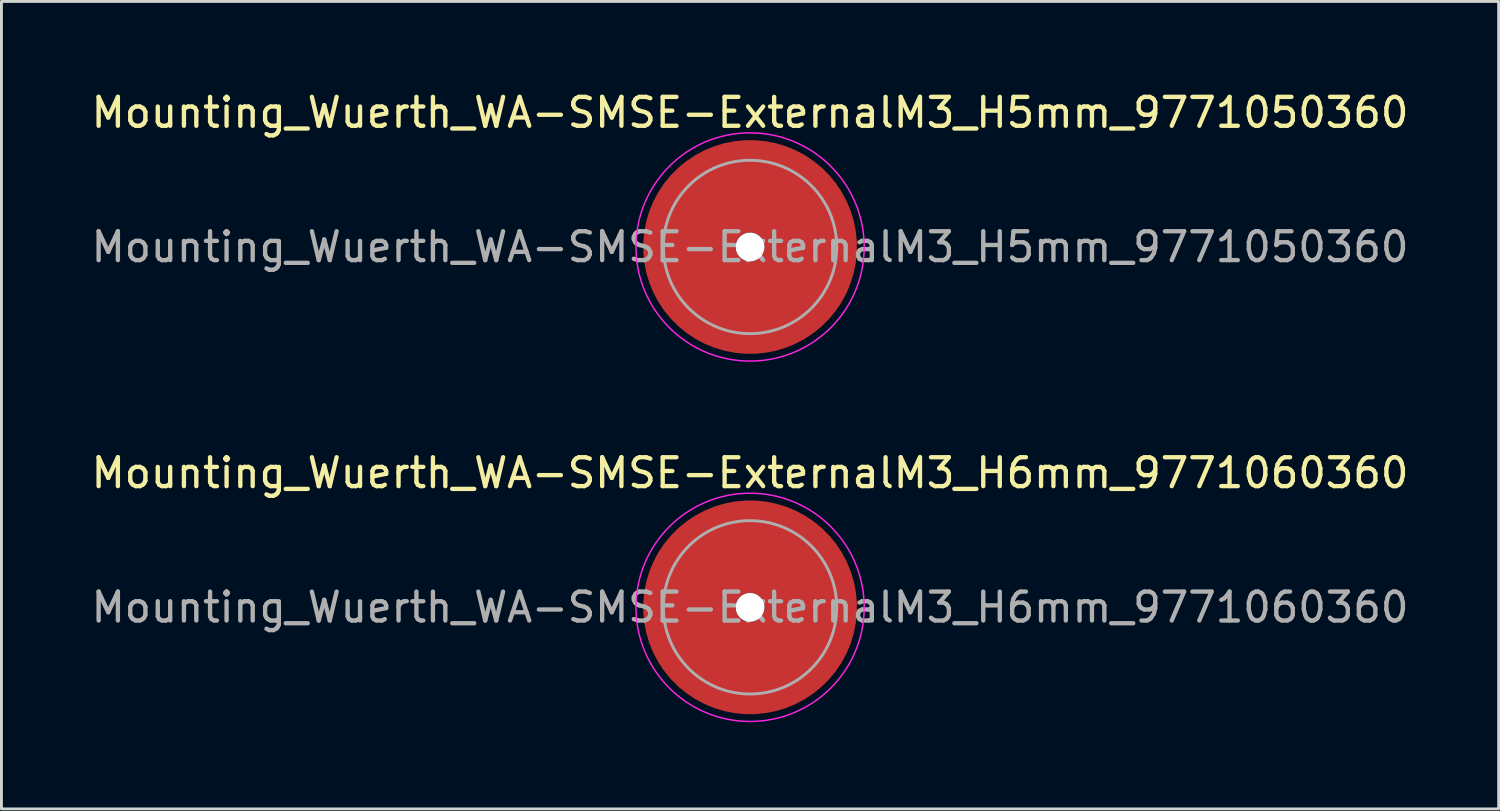
<source format=kicad_pcb>
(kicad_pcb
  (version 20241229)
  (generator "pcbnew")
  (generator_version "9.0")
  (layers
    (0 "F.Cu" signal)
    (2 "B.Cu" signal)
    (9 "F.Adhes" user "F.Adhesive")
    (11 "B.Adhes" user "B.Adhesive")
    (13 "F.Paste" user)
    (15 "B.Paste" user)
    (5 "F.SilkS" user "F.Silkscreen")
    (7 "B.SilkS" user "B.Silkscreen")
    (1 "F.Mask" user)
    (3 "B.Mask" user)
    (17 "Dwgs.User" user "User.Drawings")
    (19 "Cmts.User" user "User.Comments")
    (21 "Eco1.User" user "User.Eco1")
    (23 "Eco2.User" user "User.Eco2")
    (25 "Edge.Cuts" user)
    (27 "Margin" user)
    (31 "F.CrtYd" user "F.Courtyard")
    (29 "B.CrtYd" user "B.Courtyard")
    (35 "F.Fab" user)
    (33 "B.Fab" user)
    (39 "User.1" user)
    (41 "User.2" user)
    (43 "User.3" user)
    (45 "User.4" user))
  (footprint "Mounting_Wuerth_WA-SMSE-ExternalM3_H6mm_9771060360"
    (layer "F.Cu")
    (at 22.911 17.971)
    (property "Reference" "Mounting_Wuerth_WA-SMSE-ExternalM3_H6mm_9771060360" (at 0 -4.65 0) (layer "F.SilkS") (effects (font (size 1 1) (thickness 0.15))))
    (attr smd)
    (fp_circle (center 0 0) (end 3.95 0) (stroke (width 0.05) (type solid)) (fill no) (layer "F.CrtYd"))
    (fp_circle (center 0 0) (end 3 0) (stroke (width 0.1) (type solid)) (fill no) (layer "F.Fab"))
    (fp_text user "${REFERENCE}" (at 0 0 0) (layer "F.Fab") (effects (font (size 1 1) (thickness 0.15))))
    (pad "" smd custom (at 0 -2.1) (size 2.6 2.6) (layers "F.Paste") (options (anchor circle)) (primitives (gr_arc (start -0.305123 1.47) (mid -0.000513 1.4) (end 0.3042 1.469554) (width 0.2)) (gr_arc (start -0.493052 1.47) (mid -0.000664 1.3) (end 0.492006 1.469183) (width 0.2)) (gr_arc (start -0.642729 1.47) (mid -0.000361 1.2) (end 0.642223 1.469484) (width 0.2)) (gr_arc (start -0.776595 1.47) (mid -0.00087 1.1) (end 0.775497 1.468649) (width 0.2)) (gr_arc (start -0.901721 1.47) (mid -0.00018 1) (end 0.901515 1.469705) (width 0.2)) (gr_arc (start -1.021323 1.47) (mid -0.000665 0.9) (end 1.020624 1.468868) (width 0.2)) (gr_arc (start -1.137146 1.47) (mid -0.000289 0.8) (end 1.136866 1.469495) (width 0.2)) (gr_arc (start -1.25024 1.47) (mid -0.000155 0.7) (end 1.250101 1.469724) (width 0.2)) (gr_arc (start -1.361286 1.47) (mid -0.000403 0.6) (end 1.360947 1.469268) (width 0.2)) (gr_arc (start -1.470748 1.47) (mid -0.000334 0.5) (end 1.470485 1.469386) (width 0.2)) (gr_arc (start -1.578955 1.47) (mid -0.001427 0.400001) (end 1.577895 1.46735) (width 0.2)) (gr_arc (start -1.686149 1.47) (mid -0.000398 0.3) (end 1.68587 1.469254) (width 0.2)) (gr_arc (start -1.792512 1.47) (mid -0.001173 0.200001) (end 1.791733 1.467788) (width 0.2)) (gr_arc (start -1.898183 1.47) (mid -0.001368 0.100001) (end 1.89732 1.467404) (width 0.2)) (gr_arc (start -2.003272 1.47) (mid -0.001554 0.000001) (end 2.002338 1.467036) (width 0.2)) (gr_arc (start -2.107866 1.47) (mid -0.00037 -0.1) (end 2.107654 1.469292) (width 0.2)) (gr_arc (start -2.212035 1.47) (mid -0.00011 -0.2) (end 2.211975 1.469788) (width 0.2)) (gr_arc (start -2.315837 1.47) (mid -0.001322 -0.3) (end 2.315142 1.46745) (width 0.2)) (gr_arc (start -2.419318 1.47) (mid -0.000179 -0.4) (end 2.419228 1.469653) (width 0.2)) (gr_arc (start -2.522519 1.47) (mid -0.001235 -0.5) (end 2.521919 1.467604) (width 0.2)) (gr_arc (start -2.625471 1.47) (mid -0.000311 -0.6) (end 2.625326 1.469395) (width 0.2)) (gr_arc (start -2.728205 1.47) (mid -0.002303 -0.7) (end 2.727165 1.465513) (width 0.2)) (gr_arc (start -2.830742 1.47) (mid -0.000149 -0.8) (end 2.830677 1.469709) (width 0.2)) (gr_arc (start -2.933104 1.47) (mid -0.001447 -0.899999) (end 2.932495 1.46717) (width 0.2)) (gr_arc (start -3.035309 1.47) (mid -0.001317 -1) (end 3.034773 1.467421) (width 0.2)) (gr_arc (start -3.137372 1.47) (mid -0.002554 -1.099999) (end 3.136362 1.464993) (width 0.2)) (gr_arc (start -3.239305 1.47) (mid -0.002543 -1.199999) (end 3.23833 1.465008) (width 0.2)) (gr_arc (start -3.341123 1.47) (mid -0.001289 -1.3) (end 3.340644 1.467467) (width 0.2)) (gr_arc (start -3.442833 1.47) (mid -0.001847 -1.399999) (end 3.442166 1.466366) (width 0.2)) (gr_line (start 0.305 1.47) (end 3.443 1.47) (width 0.2)) (gr_line (start -0.305 1.47) (end -3.443 1.47) (width 0.2))))
    (pad "" np_thru_hole circle (at 0 0) (size 1 1) (drill 1) (layers "*.Cu" "*.Mask"))
    (pad "" smd custom (at 0 2.1) (size 2.6 2.6) (layers "F.Paste") (options (anchor circle)) (primitives (gr_arc (start 0.305123 -1.47) (mid 0.000513 -1.4) (end -0.3042 -1.469554) (width 0.2)) (gr_arc (start 0.493052 -1.47) (mid 0.000664 -1.3) (end -0.492006 -1.469183) (width 0.2)) (gr_arc (start 0.642729 -1.47) (mid 0.000361 -1.2) (end -0.642223 -1.469484) (width 0.2)) (gr_arc (start 0.776595 -1.47) (mid 0.00087 -1.1) (end -0.775497 -1.468649) (width 0.2)) (gr_arc (start 0.901721 -1.47) (mid 0.00018 -1) (end -0.901515 -1.469705) (width 0.2)) (gr_arc (start 1.021323 -1.47) (mid 0.000665 -0.9) (end -1.020624 -1.468868) (width 0.2)) (gr_arc (start 1.137146 -1.47) (mid 0.000289 -0.8) (end -1.136866 -1.469495) (width 0.2)) (gr_arc (start 1.25024 -1.47) (mid 0.000155 -0.7) (end -1.250101 -1.469724) (width 0.2)) (gr_arc (start 1.361286 -1.47) (mid 0.000403 -0.6) (end -1.360947 -1.469268) (width 0.2)) (gr_arc (start 1.470748 -1.47) (mid 0.000334 -0.5) (end -1.470485 -1.469386) (width 0.2)) (gr_arc (start 1.578955 -1.47) (mid 0.001427 -0.400001) (end -1.577895 -1.46735) (width 0.2)) (gr_arc (start 1.686149 -1.47) (mid 0.000398 -0.3) (end -1.68587 -1.469254) (width 0.2)) (gr_arc (start 1.792512 -1.47) (mid 0.001173 -0.200001) (end -1.791733 -1.467788) (width 0.2)) (gr_arc (start 1.898183 -1.47) (mid 0.001368 -0.100001) (end -1.89732 -1.467404) (width 0.2)) (gr_arc (start 2.003272 -1.47) (mid 0.001554 -0.000001) (end -2.002338 -1.467036) (width 0.2)) (gr_arc (start 2.107866 -1.47) (mid 0.00037 0.1) (end -2.107654 -1.469292) (width 0.2)) (gr_arc (start 2.212035 -1.47) (mid 0.00011 0.2) (end -2.211975 -1.469788) (width 0.2)) (gr_arc (start 2.315837 -1.47) (mid 0.001322 0.3) (end -2.315142 -1.46745) (width 0.2)) (gr_arc (start 2.419318 -1.47) (mid 0.000179 0.4) (end -2.419228 -1.469653) (width 0.2)) (gr_arc (start 2.522519 -1.47) (mid 0.001235 0.5) (end -2.521919 -1.467604) (width 0.2)) (gr_arc (start 2.625471 -1.47) (mid 0.000311 0.6) (end -2.625326 -1.469395) (width 0.2)) (gr_arc (start 2.728205 -1.47) (mid 0.002303 0.7) (end -2.727165 -1.465513) (width 0.2)) (gr_arc (start 2.830742 -1.47) (mid 0.000149 0.8) (end -2.830677 -1.469709) (width 0.2)) (gr_arc (start 2.933104 -1.47) (mid 0.001447 0.899999) (end -2.932495 -1.46717) (width 0.2)) (gr_arc (start 3.035309 -1.47) (mid 0.001317 1) (end -3.034773 -1.467421) (width 0.2)) (gr_arc (start 3.137372 -1.47) (mid 0.002554 1.099999) (end -3.136362 -1.464993) (width 0.2)) (gr_arc (start 3.239305 -1.47) (mid 0.002543 1.199999) (end -3.23833 -1.465008) (width 0.2)) (gr_arc (start 3.341123 -1.47) (mid 0.001289 1.3) (end -3.340644 -1.467467) (width 0.2)) (gr_arc (start 3.442833 -1.47) (mid 0.001847 1.399999) (end -3.442166 -1.466366) (width 0.2)) (gr_line (start -0.305 -1.47) (end -3.443 -1.47) (width 0.2)) (gr_line (start 0.305 -1.47) (end 3.443 -1.47) (width 0.2))))
    (pad "1" smd circle (at -2.1 0) (size 2.8 2.8) (layers "F.Cu"))
    (pad "1" smd circle (at 0 -2.1) (size 2.8 2.8) (layers "F.Cu"))
    (pad "1" smd circle (at 0 2.1) (size 2.8 2.8) (layers "F.Cu"))
    (pad "1" smd custom (at 2.1 0) (size 2.8 2.8) (layers "F.Cu" "F.Mask") (options (anchor circle)) (primitives (gr_circle (center -2.1 0) (end 0 0) (width 3.2) (fill no)))))
  (footprint "Mounting_Wuerth_WA-SMSE-ExternalM3_H5mm_9771050360"
    (layer "F.Cu")
    (at 22.911 5.498)
    (property "Reference" "Mounting_Wuerth_WA-SMSE-ExternalM3_H5mm_9771050360" (at 0 -4.65 0) (layer "F.SilkS") (effects (font (size 1 1) (thickness 0.15))))
    (attr smd)
    (fp_circle (center 0 0) (end 3.95 0) (stroke (width 0.05) (type solid)) (fill no) (layer "F.CrtYd"))
    (fp_circle (center 0 0) (end 3 0) (stroke (width 0.1) (type solid)) (fill no) (layer "F.Fab"))
    (fp_text user "${REFERENCE}" (at 0 0 0) (layer "F.Fab") (effects (font (size 1 1) (thickness 0.15))))
    (pad "" smd custom (at 0 -2.1) (size 2.6 2.6) (layers "F.Paste") (options (anchor circle)) (primitives (gr_arc (start -0.305123 1.47) (mid -0.000513 1.4) (end 0.3042 1.469554) (width 0.2)) (gr_arc (start -0.493052 1.47) (mid -0.000664 1.3) (end 0.492006 1.469183) (width 0.2)) (gr_arc (start -0.642729 1.47) (mid -0.000361 1.2) (end 0.642223 1.469484) (width 0.2)) (gr_arc (start -0.776595 1.47) (mid -0.00087 1.1) (end 0.775497 1.468649) (width 0.2)) (gr_arc (start -0.901721 1.47) (mid -0.00018 1) (end 0.901515 1.469705) (width 0.2)) (gr_arc (start -1.021323 1.47) (mid -0.000665 0.9) (end 1.020624 1.468868) (width 0.2)) (gr_arc (start -1.137146 1.47) (mid -0.000289 0.8) (end 1.136866 1.469495) (width 0.2)) (gr_arc (start -1.25024 1.47) (mid -0.000155 0.7) (end 1.250101 1.469724) (width 0.2)) (gr_arc (start -1.361286 1.47) (mid -0.000403 0.6) (end 1.360947 1.469268) (width 0.2)) (gr_arc (start -1.470748 1.47) (mid -0.000334 0.5) (end 1.470485 1.469386) (width 0.2)) (gr_arc (start -1.578955 1.47) (mid -0.001427 0.400001) (end 1.577895 1.46735) (width 0.2)) (gr_arc (start -1.686149 1.47) (mid -0.000398 0.3) (end 1.68587 1.469254) (width 0.2)) (gr_arc (start -1.792512 1.47) (mid -0.001173 0.200001) (end 1.791733 1.467788) (width 0.2)) (gr_arc (start -1.898183 1.47) (mid -0.001368 0.100001) (end 1.89732 1.467404) (width 0.2)) (gr_arc (start -2.003272 1.47) (mid -0.001554 0.000001) (end 2.002338 1.467036) (width 0.2)) (gr_arc (start -2.107866 1.47) (mid -0.00037 -0.1) (end 2.107654 1.469292) (width 0.2)) (gr_arc (start -2.212035 1.47) (mid -0.00011 -0.2) (end 2.211975 1.469788) (width 0.2)) (gr_arc (start -2.315837 1.47) (mid -0.001322 -0.3) (end 2.315142 1.46745) (width 0.2)) (gr_arc (start -2.419318 1.47) (mid -0.000179 -0.4) (end 2.419228 1.469653) (width 0.2)) (gr_arc (start -2.522519 1.47) (mid -0.001235 -0.5) (end 2.521919 1.467604) (width 0.2)) (gr_arc (start -2.625471 1.47) (mid -0.000311 -0.6) (end 2.625326 1.469395) (width 0.2)) (gr_arc (start -2.728205 1.47) (mid -0.002303 -0.7) (end 2.727165 1.465513) (width 0.2)) (gr_arc (start -2.830742 1.47) (mid -0.000149 -0.8) (end 2.830677 1.469709) (width 0.2)) (gr_arc (start -2.933104 1.47) (mid -0.001447 -0.899999) (end 2.932495 1.46717) (width 0.2)) (gr_arc (start -3.035309 1.47) (mid -0.001317 -1) (end 3.034773 1.467421) (width 0.2)) (gr_arc (start -3.137372 1.47) (mid -0.002554 -1.099999) (end 3.136362 1.464993) (width 0.2)) (gr_arc (start -3.239305 1.47) (mid -0.002543 -1.199999) (end 3.23833 1.465008) (width 0.2)) (gr_arc (start -3.341123 1.47) (mid -0.001289 -1.3) (end 3.340644 1.467467) (width 0.2)) (gr_arc (start -3.442833 1.47) (mid -0.001847 -1.399999) (end 3.442166 1.466366) (width 0.2)) (gr_line (start 0.305 1.47) (end 3.443 1.47) (width 0.2)) (gr_line (start -0.305 1.47) (end -3.443 1.47) (width 0.2))))
    (pad "" np_thru_hole circle (at 0 0) (size 1 1) (drill 1) (layers "*.Cu" "*.Mask"))
    (pad "" smd custom (at 0 2.1) (size 2.6 2.6) (layers "F.Paste") (options (anchor circle)) (primitives (gr_arc (start 0.305123 -1.47) (mid 0.000513 -1.4) (end -0.3042 -1.469554) (width 0.2)) (gr_arc (start 0.493052 -1.47) (mid 0.000664 -1.3) (end -0.492006 -1.469183) (width 0.2)) (gr_arc (start 0.642729 -1.47) (mid 0.000361 -1.2) (end -0.642223 -1.469484) (width 0.2)) (gr_arc (start 0.776595 -1.47) (mid 0.00087 -1.1) (end -0.775497 -1.468649) (width 0.2)) (gr_arc (start 0.901721 -1.47) (mid 0.00018 -1) (end -0.901515 -1.469705) (width 0.2)) (gr_arc (start 1.021323 -1.47) (mid 0.000665 -0.9) (end -1.020624 -1.468868) (width 0.2)) (gr_arc (start 1.137146 -1.47) (mid 0.000289 -0.8) (end -1.136866 -1.469495) (width 0.2)) (gr_arc (start 1.25024 -1.47) (mid 0.000155 -0.7) (end -1.250101 -1.469724) (width 0.2)) (gr_arc (start 1.361286 -1.47) (mid 0.000403 -0.6) (end -1.360947 -1.469268) (width 0.2)) (gr_arc (start 1.470748 -1.47) (mid 0.000334 -0.5) (end -1.470485 -1.469386) (width 0.2)) (gr_arc (start 1.578955 -1.47) (mid 0.001427 -0.400001) (end -1.577895 -1.46735) (width 0.2)) (gr_arc (start 1.686149 -1.47) (mid 0.000398 -0.3) (end -1.68587 -1.469254) (width 0.2)) (gr_arc (start 1.792512 -1.47) (mid 0.001173 -0.200001) (end -1.791733 -1.467788) (width 0.2)) (gr_arc (start 1.898183 -1.47) (mid 0.001368 -0.100001) (end -1.89732 -1.467404) (width 0.2)) (gr_arc (start 2.003272 -1.47) (mid 0.001554 -0.000001) (end -2.002338 -1.467036) (width 0.2)) (gr_arc (start 2.107866 -1.47) (mid 0.00037 0.1) (end -2.107654 -1.469292) (width 0.2)) (gr_arc (start 2.212035 -1.47) (mid 0.00011 0.2) (end -2.211975 -1.469788) (width 0.2)) (gr_arc (start 2.315837 -1.47) (mid 0.001322 0.3) (end -2.315142 -1.46745) (width 0.2)) (gr_arc (start 2.419318 -1.47) (mid 0.000179 0.4) (end -2.419228 -1.469653) (width 0.2)) (gr_arc (start 2.522519 -1.47) (mid 0.001235 0.5) (end -2.521919 -1.467604) (width 0.2)) (gr_arc (start 2.625471 -1.47) (mid 0.000311 0.6) (end -2.625326 -1.469395) (width 0.2)) (gr_arc (start 2.728205 -1.47) (mid 0.002303 0.7) (end -2.727165 -1.465513) (width 0.2)) (gr_arc (start 2.830742 -1.47) (mid 0.000149 0.8) (end -2.830677 -1.469709) (width 0.2)) (gr_arc (start 2.933104 -1.47) (mid 0.001447 0.899999) (end -2.932495 -1.46717) (width 0.2)) (gr_arc (start 3.035309 -1.47) (mid 0.001317 1) (end -3.034773 -1.467421) (width 0.2)) (gr_arc (start 3.137372 -1.47) (mid 0.002554 1.099999) (end -3.136362 -1.464993) (width 0.2)) (gr_arc (start 3.239305 -1.47) (mid 0.002543 1.199999) (end -3.23833 -1.465008) (width 0.2)) (gr_arc (start 3.341123 -1.47) (mid 0.001289 1.3) (end -3.340644 -1.467467) (width 0.2)) (gr_arc (start 3.442833 -1.47) (mid 0.001847 1.399999) (end -3.442166 -1.466366) (width 0.2)) (gr_line (start -0.305 -1.47) (end -3.443 -1.47) (width 0.2)) (gr_line (start 0.305 -1.47) (end 3.443 -1.47) (width 0.2))))
    (pad "1" smd circle (at -2.1 0) (size 2.8 2.8) (layers "F.Cu"))
    (pad "1" smd circle (at 0 -2.1) (size 2.8 2.8) (layers "F.Cu"))
    (pad "1" smd circle (at 0 2.1) (size 2.8 2.8) (layers "F.Cu"))
    (pad "1" smd custom (at 2.1 0) (size 2.8 2.8) (layers "F.Cu" "F.Mask") (options (anchor circle)) (primitives (gr_circle (center -2.1 0) (end 0 0) (width 3.2) (fill no)))))
  (gr_rect
    (start -3 -3)
    (end 48.821 24.947)
    (stroke (width 0.1) (type default))
    (fill no)
    (layer "Edge.Cuts")))
</source>
